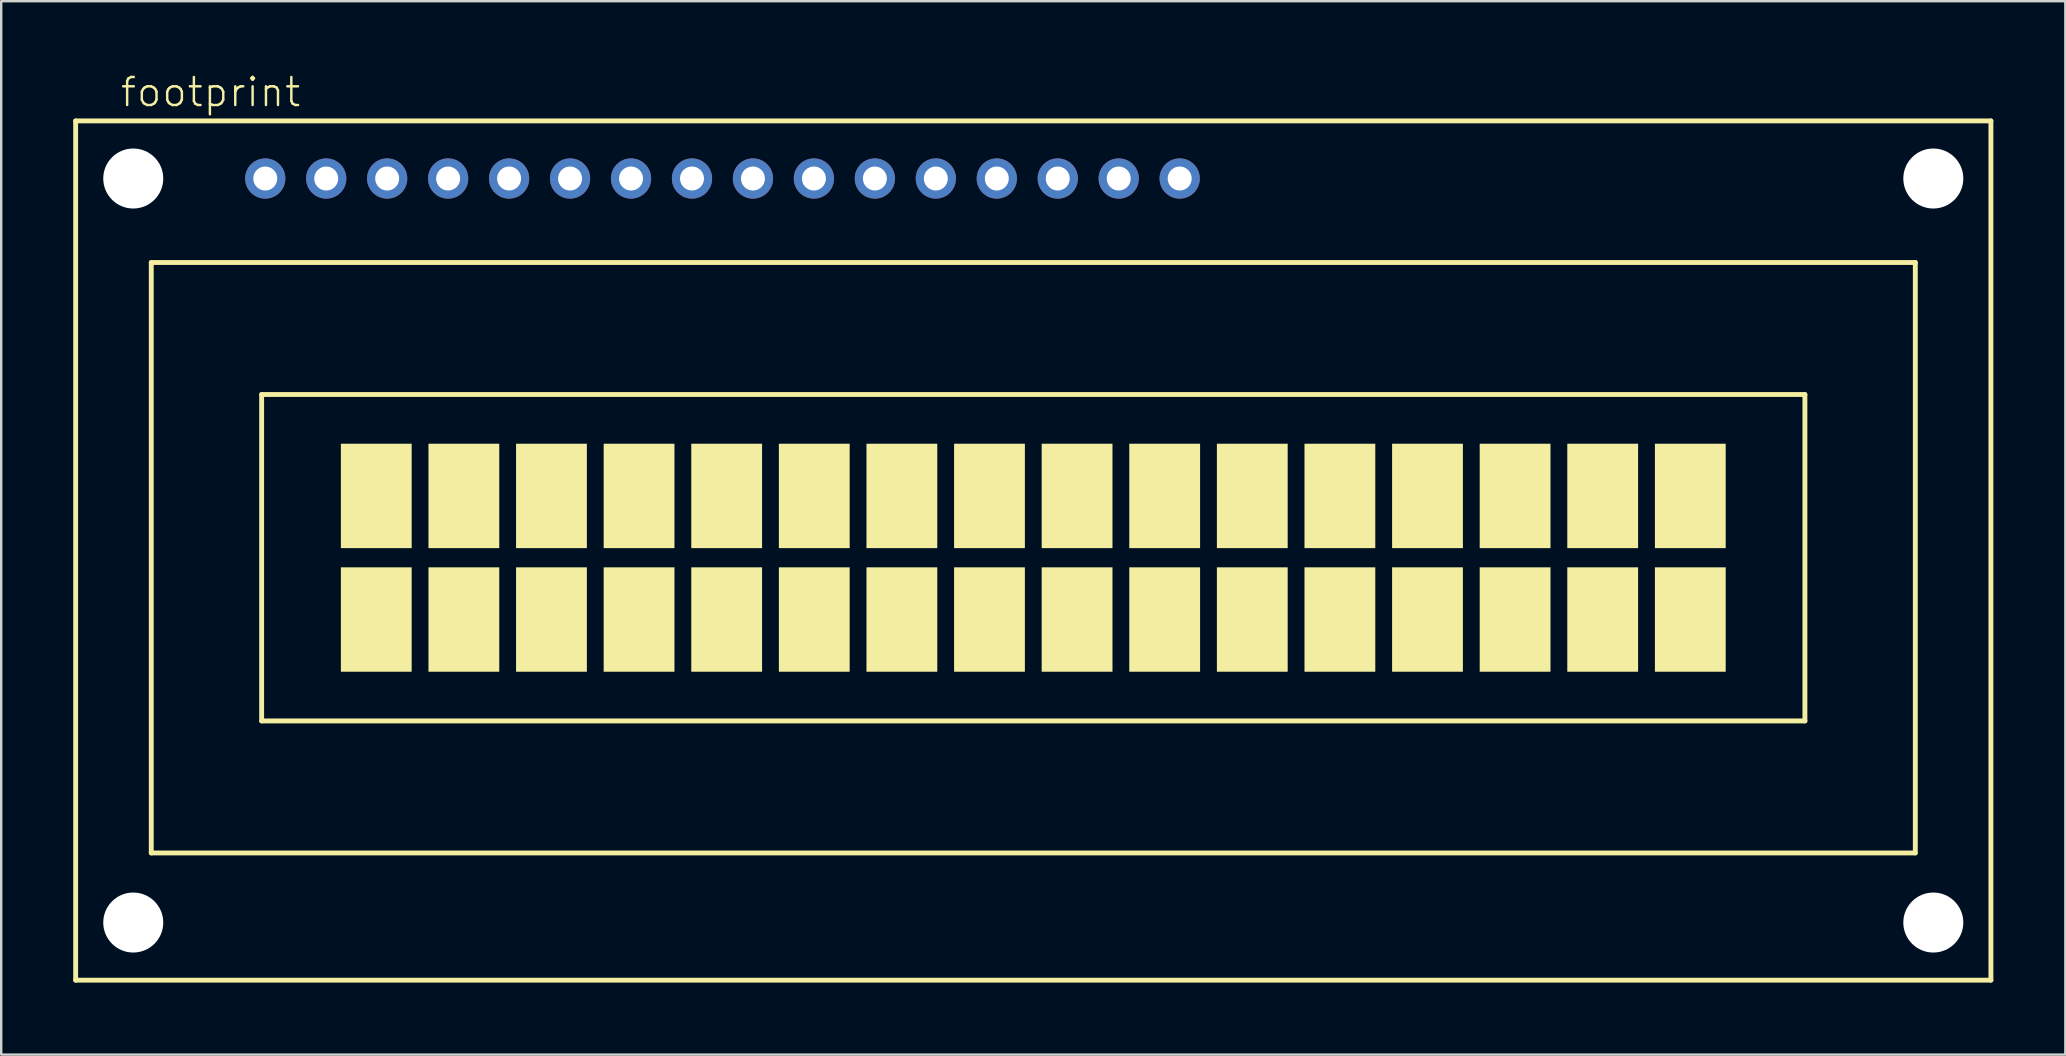
<source format=kicad_pcb>
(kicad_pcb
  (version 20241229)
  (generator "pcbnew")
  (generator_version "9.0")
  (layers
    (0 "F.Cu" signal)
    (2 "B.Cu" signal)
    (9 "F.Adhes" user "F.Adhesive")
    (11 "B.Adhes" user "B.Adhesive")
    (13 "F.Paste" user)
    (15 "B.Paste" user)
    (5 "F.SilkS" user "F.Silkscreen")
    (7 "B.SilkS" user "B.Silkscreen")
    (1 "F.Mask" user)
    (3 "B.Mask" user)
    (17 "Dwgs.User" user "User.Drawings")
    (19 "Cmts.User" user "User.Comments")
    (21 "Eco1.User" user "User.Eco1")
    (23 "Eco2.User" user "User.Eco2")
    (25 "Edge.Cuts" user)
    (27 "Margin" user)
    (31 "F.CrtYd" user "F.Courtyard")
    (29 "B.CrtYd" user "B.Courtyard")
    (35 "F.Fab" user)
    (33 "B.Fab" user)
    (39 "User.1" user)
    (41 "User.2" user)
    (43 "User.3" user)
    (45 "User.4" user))
  (footprint "footprint"
    (layer "F.Cu")
    (at 40.002 19.888)
    (property "Reference" "footprint" (at -38.1 -18.415 0) (layer "F.SilkS") (effects (font (size 1.168 1.168) (thickness 0.102)) (justify left bottom)))
    (fp_line (start -39.9 -17.9) (end 39.9 -17.9) (stroke (width 0.203) (type solid)) (layer "F.SilkS"))
    (fp_line (start -39.9 17.9) (end -39.9 -17.9) (stroke (width 0.203) (type solid)) (layer "F.SilkS"))
    (fp_line (start -36.75 -12) (end 36.75 -12) (stroke (width 0.203) (type solid)) (layer "F.SilkS"))
    (fp_line (start -36.75 12.6) (end -36.75 -12) (stroke (width 0.203) (type solid)) (layer "F.SilkS"))
    (fp_line (start -32.15 -6.5) (end 32.15 -6.5) (stroke (width 0.203) (type solid)) (layer "F.SilkS"))
    (fp_line (start -32.15 7.1) (end -32.15 -6.5) (stroke (width 0.203) (type solid)) (layer "F.SilkS"))
    (fp_line (start 32.15 -6.5) (end 32.15 7.1) (stroke (width 0.203) (type solid)) (layer "F.SilkS"))
    (fp_line (start 32.15 7.1) (end -32.15 7.1) (stroke (width 0.203) (type solid)) (layer "F.SilkS"))
    (fp_line (start 36.75 -12) (end 36.75 12.6) (stroke (width 0.203) (type solid)) (layer "F.SilkS"))
    (fp_line (start 36.75 12.6) (end -36.75 12.6) (stroke (width 0.203) (type solid)) (layer "F.SilkS"))
    (fp_line (start 39.9 -17.9) (end 39.9 17.9) (stroke (width 0.203) (type solid)) (layer "F.SilkS"))
    (fp_line (start 39.9 17.9) (end -39.9 17.9) (stroke (width 0.203) (type solid)) (layer "F.SilkS"))
    (fp_poly (pts (xy -28.85 -0.1) (xy -25.9 -0.1) (xy -25.9 -4.45) (xy -28.85 -4.45)) (stroke (width 0) (type solid)) (fill yes) (layer "F.SilkS"))
    (fp_poly (pts (xy -28.85 5.05) (xy -25.9 5.05) (xy -25.9 0.7) (xy -28.85 0.7)) (stroke (width 0) (type solid)) (fill yes) (layer "F.SilkS"))
    (fp_poly (pts (xy -25.2 -0.1) (xy -22.25 -0.1) (xy -22.25 -4.45) (xy -25.2 -4.45)) (stroke (width 0) (type solid)) (fill yes) (layer "F.SilkS"))
    (fp_poly (pts (xy -25.2 5.05) (xy -22.25 5.05) (xy -22.25 0.7) (xy -25.2 0.7)) (stroke (width 0) (type solid)) (fill yes) (layer "F.SilkS"))
    (fp_poly (pts (xy -21.55 -0.1) (xy -18.6 -0.1) (xy -18.6 -4.45) (xy -21.55 -4.45)) (stroke (width 0) (type solid)) (fill yes) (layer "F.SilkS"))
    (fp_poly (pts (xy -21.55 5.05) (xy -18.6 5.05) (xy -18.6 0.7) (xy -21.55 0.7)) (stroke (width 0) (type solid)) (fill yes) (layer "F.SilkS"))
    (fp_poly (pts (xy -17.9 -0.1) (xy -14.95 -0.1) (xy -14.95 -4.45) (xy -17.9 -4.45)) (stroke (width 0) (type solid)) (fill yes) (layer "F.SilkS"))
    (fp_poly (pts (xy -17.9 5.05) (xy -14.95 5.05) (xy -14.95 0.7) (xy -17.9 0.7)) (stroke (width 0) (type solid)) (fill yes) (layer "F.SilkS"))
    (fp_poly (pts (xy -14.25 -0.1) (xy -11.3 -0.1) (xy -11.3 -4.45) (xy -14.25 -4.45)) (stroke (width 0) (type solid)) (fill yes) (layer "F.SilkS"))
    (fp_poly (pts (xy -14.25 5.05) (xy -11.3 5.05) (xy -11.3 0.7) (xy -14.25 0.7)) (stroke (width 0) (type solid)) (fill yes) (layer "F.SilkS"))
    (fp_poly (pts (xy -10.6 -0.1) (xy -7.65 -0.1) (xy -7.65 -4.45) (xy -10.6 -4.45)) (stroke (width 0) (type solid)) (fill yes) (layer "F.SilkS"))
    (fp_poly (pts (xy -10.6 5.05) (xy -7.65 5.05) (xy -7.65 0.7) (xy -10.6 0.7)) (stroke (width 0) (type solid)) (fill yes) (layer "F.SilkS"))
    (fp_poly (pts (xy -6.95 -0.1) (xy -4 -0.1) (xy -4 -4.45) (xy -6.95 -4.45)) (stroke (width 0) (type solid)) (fill yes) (layer "F.SilkS"))
    (fp_poly (pts (xy -6.95 5.05) (xy -4 5.05) (xy -4 0.7) (xy -6.95 0.7)) (stroke (width 0) (type solid)) (fill yes) (layer "F.SilkS"))
    (fp_poly (pts (xy -3.3 -0.1) (xy -0.35 -0.1) (xy -0.35 -4.45) (xy -3.3 -4.45)) (stroke (width 0) (type solid)) (fill yes) (layer "F.SilkS"))
    (fp_poly (pts (xy -3.3 5.05) (xy -0.35 5.05) (xy -0.35 0.7) (xy -3.3 0.7)) (stroke (width 0) (type solid)) (fill yes) (layer "F.SilkS"))
    (fp_poly (pts (xy 0.35 -0.1) (xy 3.3 -0.1) (xy 3.3 -4.45) (xy 0.35 -4.45)) (stroke (width 0) (type solid)) (fill yes) (layer "F.SilkS"))
    (fp_poly (pts (xy 0.35 5.05) (xy 3.3 5.05) (xy 3.3 0.7) (xy 0.35 0.7)) (stroke (width 0) (type solid)) (fill yes) (layer "F.SilkS"))
    (fp_poly (pts (xy 4 -0.1) (xy 6.95 -0.1) (xy 6.95 -4.45) (xy 4 -4.45)) (stroke (width 0) (type solid)) (fill yes) (layer "F.SilkS"))
    (fp_poly (pts (xy 4 5.05) (xy 6.95 5.05) (xy 6.95 0.7) (xy 4 0.7)) (stroke (width 0) (type solid)) (fill yes) (layer "F.SilkS"))
    (fp_poly (pts (xy 7.65 -0.1) (xy 10.6 -0.1) (xy 10.6 -4.45) (xy 7.65 -4.45)) (stroke (width 0) (type solid)) (fill yes) (layer "F.SilkS"))
    (fp_poly (pts (xy 7.65 5.05) (xy 10.6 5.05) (xy 10.6 0.7) (xy 7.65 0.7)) (stroke (width 0) (type solid)) (fill yes) (layer "F.SilkS"))
    (fp_poly (pts (xy 11.3 -0.1) (xy 14.25 -0.1) (xy 14.25 -4.45) (xy 11.3 -4.45)) (stroke (width 0) (type solid)) (fill yes) (layer "F.SilkS"))
    (fp_poly (pts (xy 11.3 5.05) (xy 14.25 5.05) (xy 14.25 0.7) (xy 11.3 0.7)) (stroke (width 0) (type solid)) (fill yes) (layer "F.SilkS"))
    (fp_poly (pts (xy 14.95 -0.1) (xy 17.9 -0.1) (xy 17.9 -4.45) (xy 14.95 -4.45)) (stroke (width 0) (type solid)) (fill yes) (layer "F.SilkS"))
    (fp_poly (pts (xy 14.95 5.05) (xy 17.9 5.05) (xy 17.9 0.7) (xy 14.95 0.7)) (stroke (width 0) (type solid)) (fill yes) (layer "F.SilkS"))
    (fp_poly (pts (xy 18.6 -0.1) (xy 21.55 -0.1) (xy 21.55 -4.45) (xy 18.6 -4.45)) (stroke (width 0) (type solid)) (fill yes) (layer "F.SilkS"))
    (fp_poly (pts (xy 18.6 5.05) (xy 21.55 5.05) (xy 21.55 0.7) (xy 18.6 0.7)) (stroke (width 0) (type solid)) (fill yes) (layer "F.SilkS"))
    (fp_poly (pts (xy 22.25 -0.1) (xy 25.2 -0.1) (xy 25.2 -4.45) (xy 22.25 -4.45)) (stroke (width 0) (type solid)) (fill yes) (layer "F.SilkS"))
    (fp_poly (pts (xy 22.25 5.05) (xy 25.2 5.05) (xy 25.2 0.7) (xy 22.25 0.7)) (stroke (width 0) (type solid)) (fill yes) (layer "F.SilkS"))
    (fp_poly (pts (xy 25.9 -0.1) (xy 28.85 -0.1) (xy 28.85 -4.45) (xy 25.9 -4.45)) (stroke (width 0) (type solid)) (fill yes) (layer "F.SilkS"))
    (fp_poly (pts (xy 25.9 5.05) (xy 28.85 5.05) (xy 28.85 0.7) (xy 25.9 0.7)) (stroke (width 0) (type solid)) (fill yes) (layer "F.SilkS"))
    (pad "" np_thru_hole circle (at -37.5 -15.5) (size 2.5 2.5) (drill 2.5) (layers "*.Cu" "*.Mask"))
    (pad "" np_thru_hole circle (at -37.5 15.5) (size 2.5 2.5) (drill 2.5) (layers "*.Cu" "*.Mask"))
    (pad "" np_thru_hole circle (at 37.5 -15.5) (size 2.5 2.5) (drill 2.5) (layers "*.Cu" "*.Mask"))
    (pad "" np_thru_hole circle (at 37.5 15.5) (size 2.5 2.5) (drill 2.5) (layers "*.Cu" "*.Mask"))
    (pad "1" thru_hole circle (at -32 -15.5) (size 1.676 1.676) (drill 1) (layers "*.Cu" "*.Mask"))
    (pad "2" thru_hole circle (at -29.46 -15.5) (size 1.676 1.676) (drill 1) (layers "*.Cu" "*.Mask"))
    (pad "3" thru_hole circle (at -26.92 -15.5) (size 1.676 1.676) (drill 1) (layers "*.Cu" "*.Mask"))
    (pad "4" thru_hole circle (at -24.38 -15.5) (size 1.676 1.676) (drill 1) (layers "*.Cu" "*.Mask"))
    (pad "5" thru_hole circle (at -21.84 -15.5) (size 1.676 1.676) (drill 1) (layers "*.Cu" "*.Mask"))
    (pad "6" thru_hole circle (at -19.3 -15.5) (size 1.676 1.676) (drill 1) (layers "*.Cu" "*.Mask"))
    (pad "7" thru_hole circle (at -16.76 -15.5) (size 1.676 1.676) (drill 1) (layers "*.Cu" "*.Mask"))
    (pad "8" thru_hole circle (at -14.22 -15.5) (size 1.676 1.676) (drill 1) (layers "*.Cu" "*.Mask"))
    (pad "9" thru_hole circle (at -11.68 -15.5) (size 1.676 1.676) (drill 1) (layers "*.Cu" "*.Mask"))
    (pad "10" thru_hole circle (at -9.14 -15.5) (size 1.676 1.676) (drill 1) (layers "*.Cu" "*.Mask"))
    (pad "11" thru_hole circle (at -6.6 -15.5) (size 1.676 1.676) (drill 1) (layers "*.Cu" "*.Mask"))
    (pad "12" thru_hole circle (at -4.06 -15.5) (size 1.676 1.676) (drill 1) (layers "*.Cu" "*.Mask"))
    (pad "13" thru_hole circle (at -1.52 -15.5) (size 1.676 1.676) (drill 1) (layers "*.Cu" "*.Mask"))
    (pad "14" thru_hole circle (at 1.02 -15.5) (size 1.676 1.676) (drill 1) (layers "*.Cu" "*.Mask"))
    (pad "15" thru_hole circle (at 3.56 -15.5) (size 1.676 1.676) (drill 1) (layers "*.Cu" "*.Mask"))
    (pad "16" thru_hole circle (at 6.1 -15.5) (size 1.676 1.676) (drill 1) (layers "*.Cu" "*.Mask")))
  (gr_rect
    (start -3 -3)
    (end 83.003 40.89)
    (stroke (width 0.1) (type default))
    (fill no)
    (layer "Edge.Cuts")))
</source>
